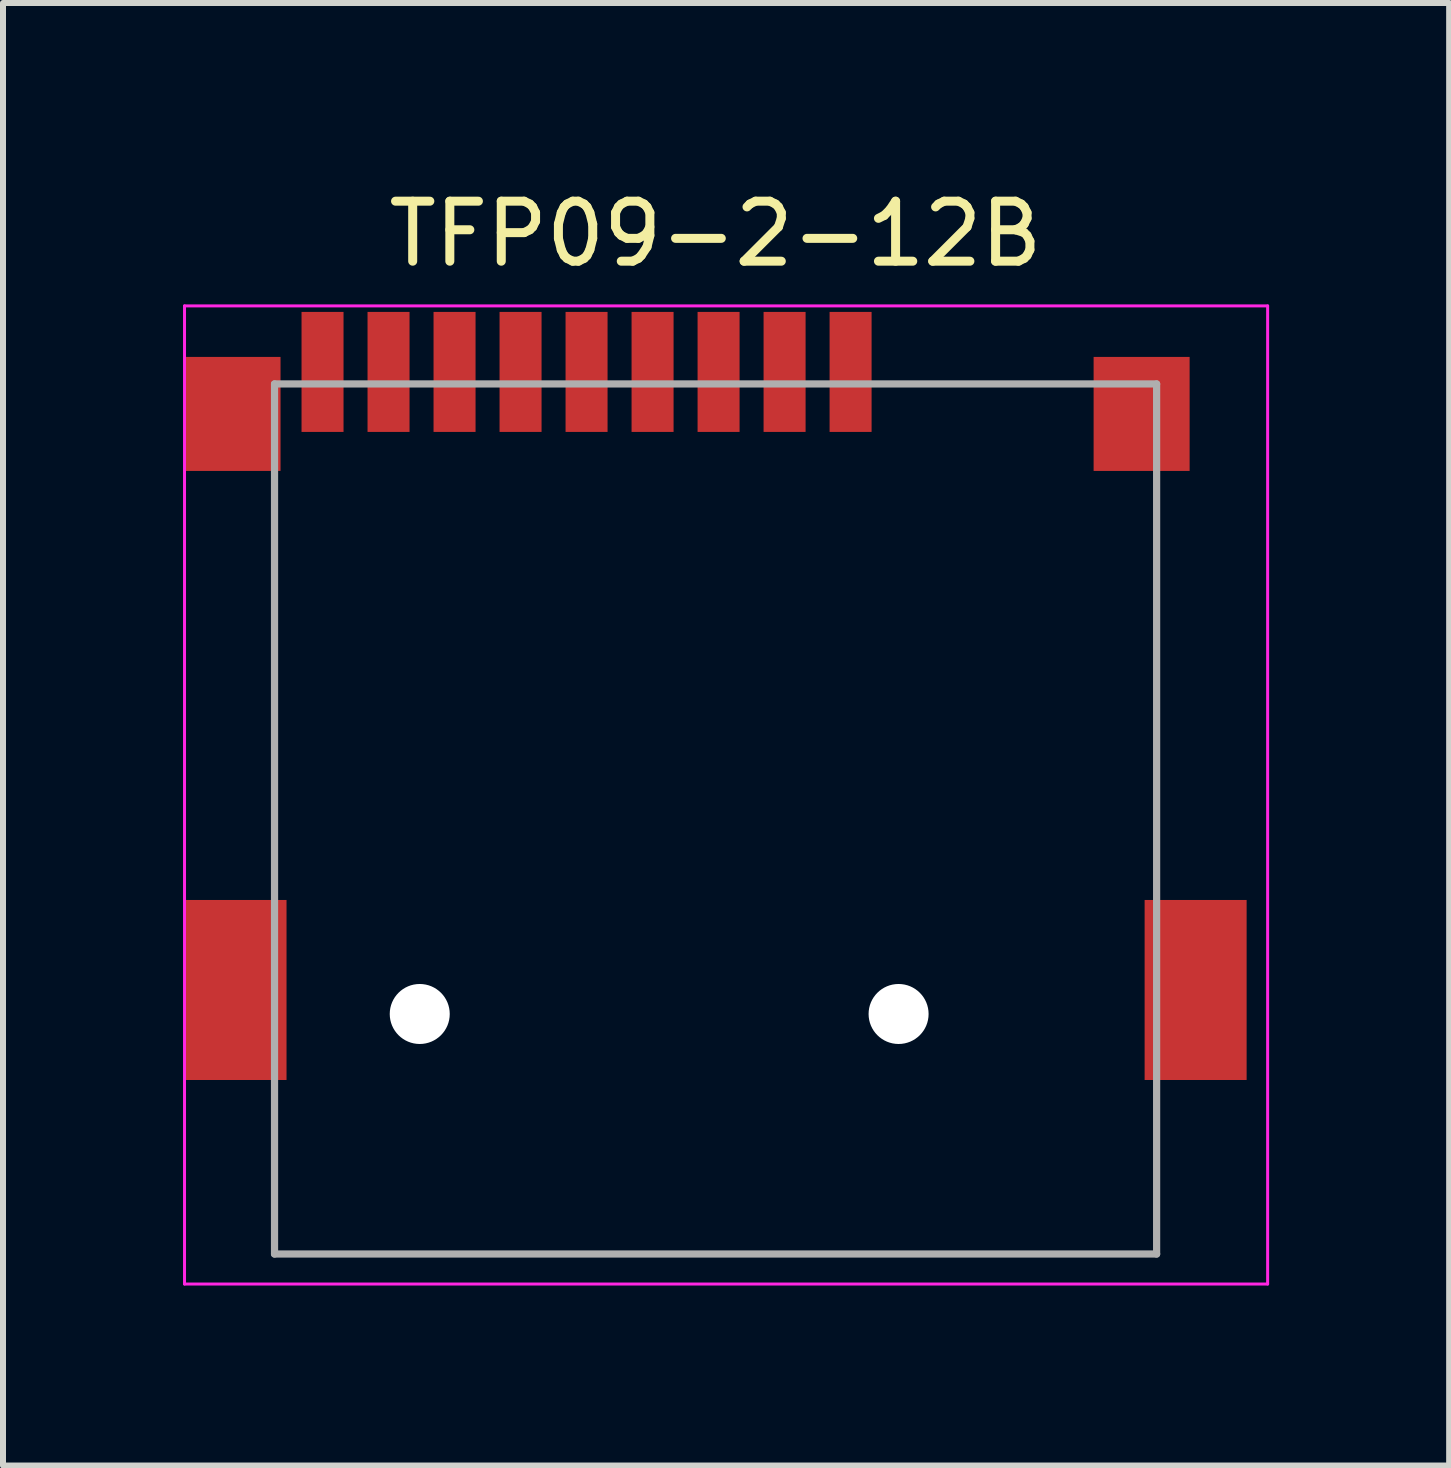
<source format=kicad_pcb>
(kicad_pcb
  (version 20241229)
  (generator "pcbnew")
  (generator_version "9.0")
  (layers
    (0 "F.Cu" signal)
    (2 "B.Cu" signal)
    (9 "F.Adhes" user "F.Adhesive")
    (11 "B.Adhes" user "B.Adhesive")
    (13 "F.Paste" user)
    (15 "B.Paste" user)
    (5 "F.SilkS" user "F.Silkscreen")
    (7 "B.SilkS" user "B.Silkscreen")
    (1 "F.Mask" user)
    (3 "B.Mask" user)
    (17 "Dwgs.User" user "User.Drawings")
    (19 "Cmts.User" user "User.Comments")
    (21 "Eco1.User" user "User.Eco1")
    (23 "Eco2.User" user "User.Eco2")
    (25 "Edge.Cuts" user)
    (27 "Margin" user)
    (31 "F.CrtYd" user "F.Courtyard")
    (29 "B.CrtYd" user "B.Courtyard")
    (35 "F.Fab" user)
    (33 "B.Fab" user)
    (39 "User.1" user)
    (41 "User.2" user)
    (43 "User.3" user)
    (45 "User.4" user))
  (footprint "TFP09-2-12B"
    (layer "F.Cu")
    (at 8.875 3.348)
    (property "Reference" "TFP09-2-12B" (at 0 -2.5 0) (layer "F.SilkS") (effects (font (size 1 1) (thickness 0.15))))
    (attr through_hole)
    (fp_line (start -8.85 -1.3) (end -8.85 15) (stroke (width 0.05) (type solid)) (layer "F.CrtYd"))
    (fp_line (start -8.85 15) (end 9.2 15) (stroke (width 0.05) (type solid)) (layer "F.CrtYd"))
    (fp_line (start 9.2 -1.3) (end -8.85 -1.3) (stroke (width 0.05) (type solid)) (layer "F.CrtYd"))
    (fp_line (start 9.2 15) (end 9.2 -1.3) (stroke (width 0.05) (type solid)) (layer "F.CrtYd"))
    (fp_line (start -7.35 0) (end -7.35 14.5) (stroke (width 0.12) (type solid)) (layer "F.Fab"))
    (fp_line (start -7.35 14.5) (end 7.35 14.5) (stroke (width 0.12) (type solid)) (layer "F.Fab"))
    (fp_line (start 7.35 0) (end -7.35 0) (stroke (width 0.12) (type solid)) (layer "F.Fab"))
    (fp_line (start 7.35 14.5) (end 7.35 0) (stroke (width 0.12) (type solid)) (layer "F.Fab"))
    (pad "" np_thru_hole circle (at -4.93 10.5 180) (size 1 1) (drill 1) (layers "*.Cu" "*.Mask"))
    (pad "" np_thru_hole circle (at 3.05 10.5 180) (size 1 1) (drill 1) (layers "*.Cu" "*.Mask"))
    (pad "1" smd rect (at 2.25 -0.2 180) (size 0.7 2) (layers "F.Cu" "F.Mask" "F.Paste"))
    (pad "2" smd rect (at 1.15 -0.2 180) (size 0.7 2) (layers "F.Cu" "F.Mask" "F.Paste"))
    (pad "3" smd rect (at 0.05 -0.2 180) (size 0.7 2) (layers "F.Cu" "F.Mask" "F.Paste"))
    (pad "4" smd rect (at -1.05 -0.2 180) (size 0.7 2) (layers "F.Cu" "F.Mask" "F.Paste"))
    (pad "5" smd rect (at -2.15 -0.2 180) (size 0.7 2) (layers "F.Cu" "F.Mask" "F.Paste"))
    (pad "6" smd rect (at -3.25 -0.2 180) (size 0.7 2) (layers "F.Cu" "F.Mask" "F.Paste"))
    (pad "7" smd rect (at -4.35 -0.2 180) (size 0.7 2) (layers "F.Cu" "F.Mask" "F.Paste"))
    (pad "8" smd rect (at -5.45 -0.2 180) (size 0.7 2) (layers "F.Cu" "F.Mask" "F.Paste"))
    (pad "9" smd rect (at -6.55 -0.2 180) (size 0.7 2) (layers "F.Cu" "F.Mask" "F.Paste"))
    (pad "11" smd rect (at -8.05 0.5 180) (size 1.6 1.9) (layers "F.Cu" "F.Mask" "F.Paste"))
    (pad "11" smd rect (at -8 10.1 180) (size 1.7 3) (layers "F.Cu" "F.Mask" "F.Paste"))
    (pad "11" smd rect (at 7.1 0.5 180) (size 1.6 1.9) (layers "F.Cu" "F.Mask" "F.Paste"))
    (pad "11" smd rect (at 8 10.1 180) (size 1.7 3) (layers "F.Cu" "F.Mask" "F.Paste")))
  (gr_rect
    (start -3 -3)
    (end 21.1 21.373)
    (stroke (width 0.1) (type default))
    (fill no)
    (layer "Edge.Cuts")))
</source>
